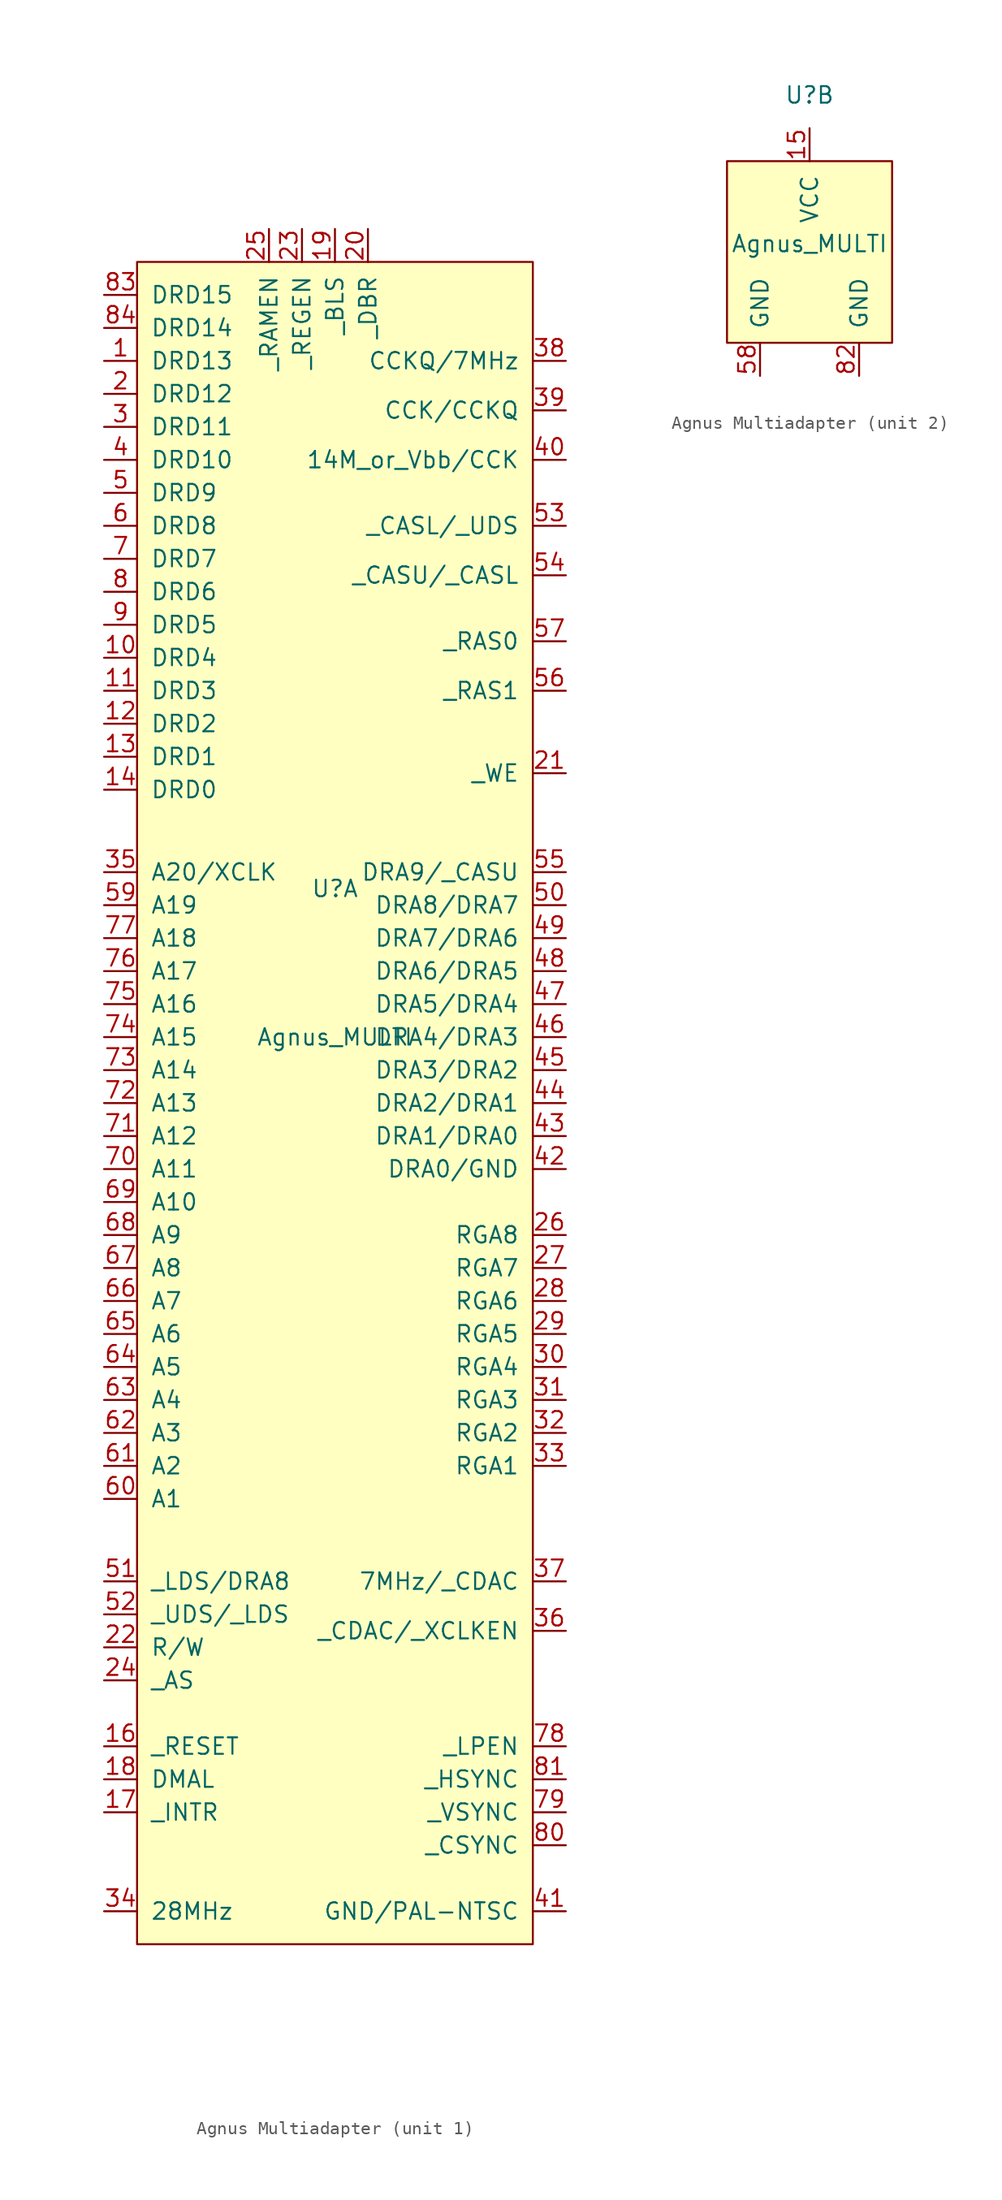
<source format=kicad_sym>
(kicad_symbol_lib
  (version 20231120)
  (generator "kicad_symbol_editor")
  (generator_version "8.0")
  (symbol "Agnus Multiadapter"
    (pin_names
      (offset 1.016))
    (property "Reference" "U"
      (at 0 11.43 0)
      (effects (font (size 1.27 1.27))))
    (property "Value" "Agnus_MULTI"
      (at 0 0 0)
      (effects (font (size 1.27 1.27))))
    (property "ki_locked" ""
      (at 0 0 0)
      (effects (font (size 1.27 1.27))))
    (symbol "Agnus Multiadapter_1_1"
      (rectangle (start -15.24 59.69) (end 15.24 -69.85) (stroke (width 0) (type default)) (fill (type background)))
      (pin bidirectional line (at -17.78 52.07 0) (length 2.54) (name "DRD13" (effects (font (size 1.27 1.27)))) (number "1" (effects (font (size 1.27 1.27)))))
      (pin bidirectional line (at -17.78 29.21 0) (length 2.54) (name "DRD4" (effects (font (size 1.27 1.27)))) (number "10" (effects (font (size 1.27 1.27)))))
      (pin bidirectional line (at -17.78 26.67 0) (length 2.54) (name "DRD3" (effects (font (size 1.27 1.27)))) (number "11" (effects (font (size 1.27 1.27)))))
      (pin bidirectional line (at -17.78 24.13 0) (length 2.54) (name "DRD2" (effects (font (size 1.27 1.27)))) (number "12" (effects (font (size 1.27 1.27)))))
      (pin bidirectional line (at -17.78 21.59 0) (length 2.54) (name "DRD1" (effects (font (size 1.27 1.27)))) (number "13" (effects (font (size 1.27 1.27)))))
      (pin bidirectional line (at -17.78 19.05 0) (length 2.54) (name "DRD0" (effects (font (size 1.27 1.27)))) (number "14" (effects (font (size 1.27 1.27)))))
      (pin input line (at -17.78 -54.61 0) (length 2.54) (name "_RESET" (effects (font (size 1.27 1.27)))) (number "16" (effects (font (size 1.27 1.27)))))
      (pin output line (at -17.78 -59.69 0) (length 2.54) (name "_INTR" (effects (font (size 1.27 1.27)))) (number "17" (effects (font (size 1.27 1.27)))))
      (pin input line (at -17.78 -57.15 0) (length 2.54) (name "DMAL" (effects (font (size 1.27 1.27)))) (number "18" (effects (font (size 1.27 1.27)))))
      (pin input line (at 0 62.23 270) (length 2.54) (name "_BLS" (effects (font (size 1.27 1.27)))) (number "19" (effects (font (size 1.27 1.27)))))
      (pin bidirectional line (at -17.78 49.53 0) (length 2.54) (name "DRD12" (effects (font (size 1.27 1.27)))) (number "2" (effects (font (size 1.27 1.27)))))
      (pin output line (at 2.54 62.23 270) (length 2.54) (name "_DBR" (effects (font (size 1.27 1.27)))) (number "20" (effects (font (size 1.27 1.27)))))
      (pin output line (at 17.78 20.32 180) (length 2.54) (name "_WE" (effects (font (size 1.27 1.27)))) (number "21" (effects (font (size 1.27 1.27)))))
      (pin input line (at -17.78 -46.99 0) (length 2.54) (name "R/W" (effects (font (size 1.27 1.27)))) (number "22" (effects (font (size 1.27 1.27)))))
      (pin input line (at -2.54 62.23 270) (length 2.54) (name "_REGEN" (effects (font (size 1.27 1.27)))) (number "23" (effects (font (size 1.27 1.27)))))
      (pin input line (at -17.78 -49.53 0) (length 2.54) (name "_AS" (effects (font (size 1.27 1.27)))) (number "24" (effects (font (size 1.27 1.27)))))
      (pin input line (at -5.08 62.23 270) (length 2.54) (name "_RAMEN" (effects (font (size 1.27 1.27)))) (number "25" (effects (font (size 1.27 1.27)))))
      (pin output line (at 17.78 -15.24 180) (length 2.54) (name "RGA8" (effects (font (size 1.27 1.27)))) (number "26" (effects (font (size 1.27 1.27)))))
      (pin output line (at 17.78 -17.78 180) (length 2.54) (name "RGA7" (effects (font (size 1.27 1.27)))) (number "27" (effects (font (size 1.27 1.27)))))
      (pin output line (at 17.78 -20.32 180) (length 2.54) (name "RGA6" (effects (font (size 1.27 1.27)))) (number "28" (effects (font (size 1.27 1.27)))))
      (pin output line (at 17.78 -22.86 180) (length 2.54) (name "RGA5" (effects (font (size 1.27 1.27)))) (number "29" (effects (font (size 1.27 1.27)))))
      (pin bidirectional line (at -17.78 46.99 0) (length 2.54) (name "DRD11" (effects (font (size 1.27 1.27)))) (number "3" (effects (font (size 1.27 1.27)))))
      (pin output line (at 17.78 -25.4 180) (length 2.54) (name "RGA4" (effects (font (size 1.27 1.27)))) (number "30" (effects (font (size 1.27 1.27)))))
      (pin output line (at 17.78 -27.94 180) (length 2.54) (name "RGA3" (effects (font (size 1.27 1.27)))) (number "31" (effects (font (size 1.27 1.27)))))
      (pin output line (at 17.78 -30.48 180) (length 2.54) (name "RGA2" (effects (font (size 1.27 1.27)))) (number "32" (effects (font (size 1.27 1.27)))))
      (pin output line (at 17.78 -33.02 180) (length 2.54) (name "RGA1" (effects (font (size 1.27 1.27)))) (number "33" (effects (font (size 1.27 1.27)))))
      (pin output line (at -17.78 -67.31 0) (length 2.54) (name "28MHz" (effects (font (size 1.27 1.27)))) (number "34" (effects (font (size 1.27 1.27)))))
      (pin bidirectional line (at -17.78 12.7 0) (length 2.54) (name "A20/XCLK" (effects (font (size 1.27 1.27)))) (number "35" (effects (font (size 1.27 1.27)))))
      (pin output line (at 17.78 -45.72 180) (length 2.54) (name "_CDAC/_XCLKEN" (effects (font (size 1.27 1.27)))) (number "36" (effects (font (size 1.27 1.27)))))
      (pin output line (at 17.78 -41.91 180) (length 2.54) (name "7MHz/_CDAC" (effects (font (size 1.27 1.27)))) (number "37" (effects (font (size 1.27 1.27)))))
      (pin output line (at 17.78 52.07 180) (length 2.54) (name "CCKQ/7MHz" (effects (font (size 1.27 1.27)))) (number "38" (effects (font (size 1.27 1.27)))))
      (pin output line (at 17.78 48.26 180) (length 2.54) (name "CCK/CCKQ" (effects (font (size 1.27 1.27)))) (number "39" (effects (font (size 1.27 1.27)))))
      (pin bidirectional line (at -17.78 44.45 0) (length 2.54) (name "DRD10" (effects (font (size 1.27 1.27)))) (number "4" (effects (font (size 1.27 1.27)))))
      (pin output line (at 17.78 44.45 180) (length 2.54) (name "14M_or_Vbb/CCK" (effects (font (size 1.27 1.27)))) (number "40" (effects (font (size 1.27 1.27)))))
      (pin input line (at 17.78 -67.31 180) (length 2.54) (name "GND/PAL-NTSC" (effects (font (size 1.27 1.27)))) (number "41" (effects (font (size 1.27 1.27)))))
      (pin output line (at 17.78 -10.16 180) (length 2.54) (name "DRA0/GND" (effects (font (size 1.27 1.27)))) (number "42" (effects (font (size 1.27 1.27)))))
      (pin output line (at 17.78 -7.62 180) (length 2.54) (name "DRA1/DRA0" (effects (font (size 1.27 1.27)))) (number "43" (effects (font (size 1.27 1.27)))))
      (pin output line (at 17.78 -5.08 180) (length 2.54) (name "DRA2/DRA1" (effects (font (size 1.27 1.27)))) (number "44" (effects (font (size 1.27 1.27)))))
      (pin output line (at 17.78 -2.54 180) (length 2.54) (name "DRA3/DRA2" (effects (font (size 1.27 1.27)))) (number "45" (effects (font (size 1.27 1.27)))))
      (pin output line (at 17.78 0 180) (length 2.54) (name "DRA4/DRA3" (effects (font (size 1.27 1.27)))) (number "46" (effects (font (size 1.27 1.27)))))
      (pin output line (at 17.78 2.54 180) (length 2.54) (name "DRA5/DRA4" (effects (font (size 1.27 1.27)))) (number "47" (effects (font (size 1.27 1.27)))))
      (pin output line (at 17.78 5.08 180) (length 2.54) (name "DRA6/DRA5" (effects (font (size 1.27 1.27)))) (number "48" (effects (font (size 1.27 1.27)))))
      (pin output line (at 17.78 7.62 180) (length 2.54) (name "DRA7/DRA6" (effects (font (size 1.27 1.27)))) (number "49" (effects (font (size 1.27 1.27)))))
      (pin bidirectional line (at -17.78 41.91 0) (length 2.54) (name "DRD9" (effects (font (size 1.27 1.27)))) (number "5" (effects (font (size 1.27 1.27)))))
      (pin output line (at 17.78 10.16 180) (length 2.54) (name "DRA8/DRA7" (effects (font (size 1.27 1.27)))) (number "50" (effects (font (size 1.27 1.27)))))
      (pin input line (at -17.78 -41.91 0) (length 2.54) (name "_LDS/DRA8" (effects (font (size 1.27 1.27)))) (number "51" (effects (font (size 1.27 1.27)))))
      (pin input line (at -17.78 -44.45 0) (length 2.54) (name "_UDS/_LDS" (effects (font (size 1.27 1.27)))) (number "52" (effects (font (size 1.27 1.27)))))
      (pin output line (at 17.78 39.37 180) (length 2.54) (name "_CASL/_UDS" (effects (font (size 1.27 1.27)))) (number "53" (effects (font (size 1.27 1.27)))))
      (pin output line (at 17.78 35.56 180) (length 2.54) (name "_CASU/_CASL" (effects (font (size 1.27 1.27)))) (number "54" (effects (font (size 1.27 1.27)))))
      (pin output line (at 17.78 12.7 180) (length 2.54) (name "DRA9/_CASU" (effects (font (size 1.27 1.27)))) (number "55" (effects (font (size 1.27 1.27)))))
      (pin output line (at 17.78 26.67 180) (length 2.54) (name "_RAS1" (effects (font (size 1.27 1.27)))) (number "56" (effects (font (size 1.27 1.27)))))
      (pin output line (at 17.78 30.48 180) (length 2.54) (name "_RAS0" (effects (font (size 1.27 1.27)))) (number "57" (effects (font (size 1.27 1.27)))))
      (pin bidirectional line (at -17.78 10.16 0) (length 2.54) (name "A19" (effects (font (size 1.27 1.27)))) (number "59" (effects (font (size 1.27 1.27)))))
      (pin bidirectional line (at -17.78 39.37 0) (length 2.54) (name "DRD8" (effects (font (size 1.27 1.27)))) (number "6" (effects (font (size 1.27 1.27)))))
      (pin bidirectional line (at -17.78 -35.56 0) (length 2.54) (name "A1" (effects (font (size 1.27 1.27)))) (number "60" (effects (font (size 1.27 1.27)))))
      (pin bidirectional line (at -17.78 -33.02 0) (length 2.54) (name "A2" (effects (font (size 1.27 1.27)))) (number "61" (effects (font (size 1.27 1.27)))))
      (pin bidirectional line (at -17.78 -30.48 0) (length 2.54) (name "A3" (effects (font (size 1.27 1.27)))) (number "62" (effects (font (size 1.27 1.27)))))
      (pin bidirectional line (at -17.78 -27.94 0) (length 2.54) (name "A4" (effects (font (size 1.27 1.27)))) (number "63" (effects (font (size 1.27 1.27)))))
      (pin bidirectional line (at -17.78 -25.4 0) (length 2.54) (name "A5" (effects (font (size 1.27 1.27)))) (number "64" (effects (font (size 1.27 1.27)))))
      (pin bidirectional line (at -17.78 -22.86 0) (length 2.54) (name "A6" (effects (font (size 1.27 1.27)))) (number "65" (effects (font (size 1.27 1.27)))))
      (pin bidirectional line (at -17.78 -20.32 0) (length 2.54) (name "A7" (effects (font (size 1.27 1.27)))) (number "66" (effects (font (size 1.27 1.27)))))
      (pin bidirectional line (at -17.78 -17.78 0) (length 2.54) (name "A8" (effects (font (size 1.27 1.27)))) (number "67" (effects (font (size 1.27 1.27)))))
      (pin bidirectional line (at -17.78 -15.24 0) (length 2.54) (name "A9" (effects (font (size 1.27 1.27)))) (number "68" (effects (font (size 1.27 1.27)))))
      (pin bidirectional line (at -17.78 -12.7 0) (length 2.54) (name "A10" (effects (font (size 1.27 1.27)))) (number "69" (effects (font (size 1.27 1.27)))))
      (pin bidirectional line (at -17.78 36.83 0) (length 2.54) (name "DRD7" (effects (font (size 1.27 1.27)))) (number "7" (effects (font (size 1.27 1.27)))))
      (pin bidirectional line (at -17.78 -10.16 0) (length 2.54) (name "A11" (effects (font (size 1.27 1.27)))) (number "70" (effects (font (size 1.27 1.27)))))
      (pin bidirectional line (at -17.78 -7.62 0) (length 2.54) (name "A12" (effects (font (size 1.27 1.27)))) (number "71" (effects (font (size 1.27 1.27)))))
      (pin bidirectional line (at -17.78 -5.08 0) (length 2.54) (name "A13" (effects (font (size 1.27 1.27)))) (number "72" (effects (font (size 1.27 1.27)))))
      (pin bidirectional line (at -17.78 -2.54 0) (length 2.54) (name "A14" (effects (font (size 1.27 1.27)))) (number "73" (effects (font (size 1.27 1.27)))))
      (pin bidirectional line (at -17.78 0 0) (length 2.54) (name "A15" (effects (font (size 1.27 1.27)))) (number "74" (effects (font (size 1.27 1.27)))))
      (pin bidirectional line (at -17.78 2.54 0) (length 2.54) (name "A16" (effects (font (size 1.27 1.27)))) (number "75" (effects (font (size 1.27 1.27)))))
      (pin bidirectional line (at -17.78 5.08 0) (length 2.54) (name "A17" (effects (font (size 1.27 1.27)))) (number "76" (effects (font (size 1.27 1.27)))))
      (pin bidirectional line (at -17.78 7.62 0) (length 2.54) (name "A18" (effects (font (size 1.27 1.27)))) (number "77" (effects (font (size 1.27 1.27)))))
      (pin input line (at 17.78 -54.61 180) (length 2.54) (name "_LPEN" (effects (font (size 1.27 1.27)))) (number "78" (effects (font (size 1.27 1.27)))))
      (pin bidirectional line (at 17.78 -59.69 180) (length 2.54) (name "_VSYNC" (effects (font (size 1.27 1.27)))) (number "79" (effects (font (size 1.27 1.27)))))
      (pin bidirectional line (at -17.78 34.29 0) (length 2.54) (name "DRD6" (effects (font (size 1.27 1.27)))) (number "8" (effects (font (size 1.27 1.27)))))
      (pin output line (at 17.78 -62.23 180) (length 2.54) (name "_CSYNC" (effects (font (size 1.27 1.27)))) (number "80" (effects (font (size 1.27 1.27)))))
      (pin bidirectional line (at 17.78 -57.15 180) (length 2.54) (name "_HSYNC" (effects (font (size 1.27 1.27)))) (number "81" (effects (font (size 1.27 1.27)))))
      (pin bidirectional line (at -17.78 57.15 0) (length 2.54) (name "DRD15" (effects (font (size 1.27 1.27)))) (number "83" (effects (font (size 1.27 1.27)))))
      (pin bidirectional line (at -17.78 54.61 0) (length 2.54) (name "DRD14" (effects (font (size 1.27 1.27)))) (number "84" (effects (font (size 1.27 1.27)))))
      (pin bidirectional line (at -17.78 31.75 0) (length 2.54) (name "DRD5" (effects (font (size 1.27 1.27)))) (number "9" (effects (font (size 1.27 1.27))))))
    (symbol "Agnus Multiadapter_2_1"
      (rectangle (start -6.35 6.35) (end 6.35 -7.62) (stroke (width 0) (type default)) (fill (type background)))
      (pin power_in line (at 0 8.89 270) (length 2.54) (name "VCC" (effects (font (size 1.27 1.27)))) (number "15" (effects (font (size 1.27 1.27)))))
      (pin power_in line (at -3.81 -10.16 90) (length 2.54) (name "GND" (effects (font (size 1.27 1.27)))) (number "58" (effects (font (size 1.27 1.27)))))
      (pin power_in line (at 3.81 -10.16 90) (length 2.54) (name "GND" (effects (font (size 1.27 1.27)))) (number "82" (effects (font (size 1.27 1.27))))))))
</source>
